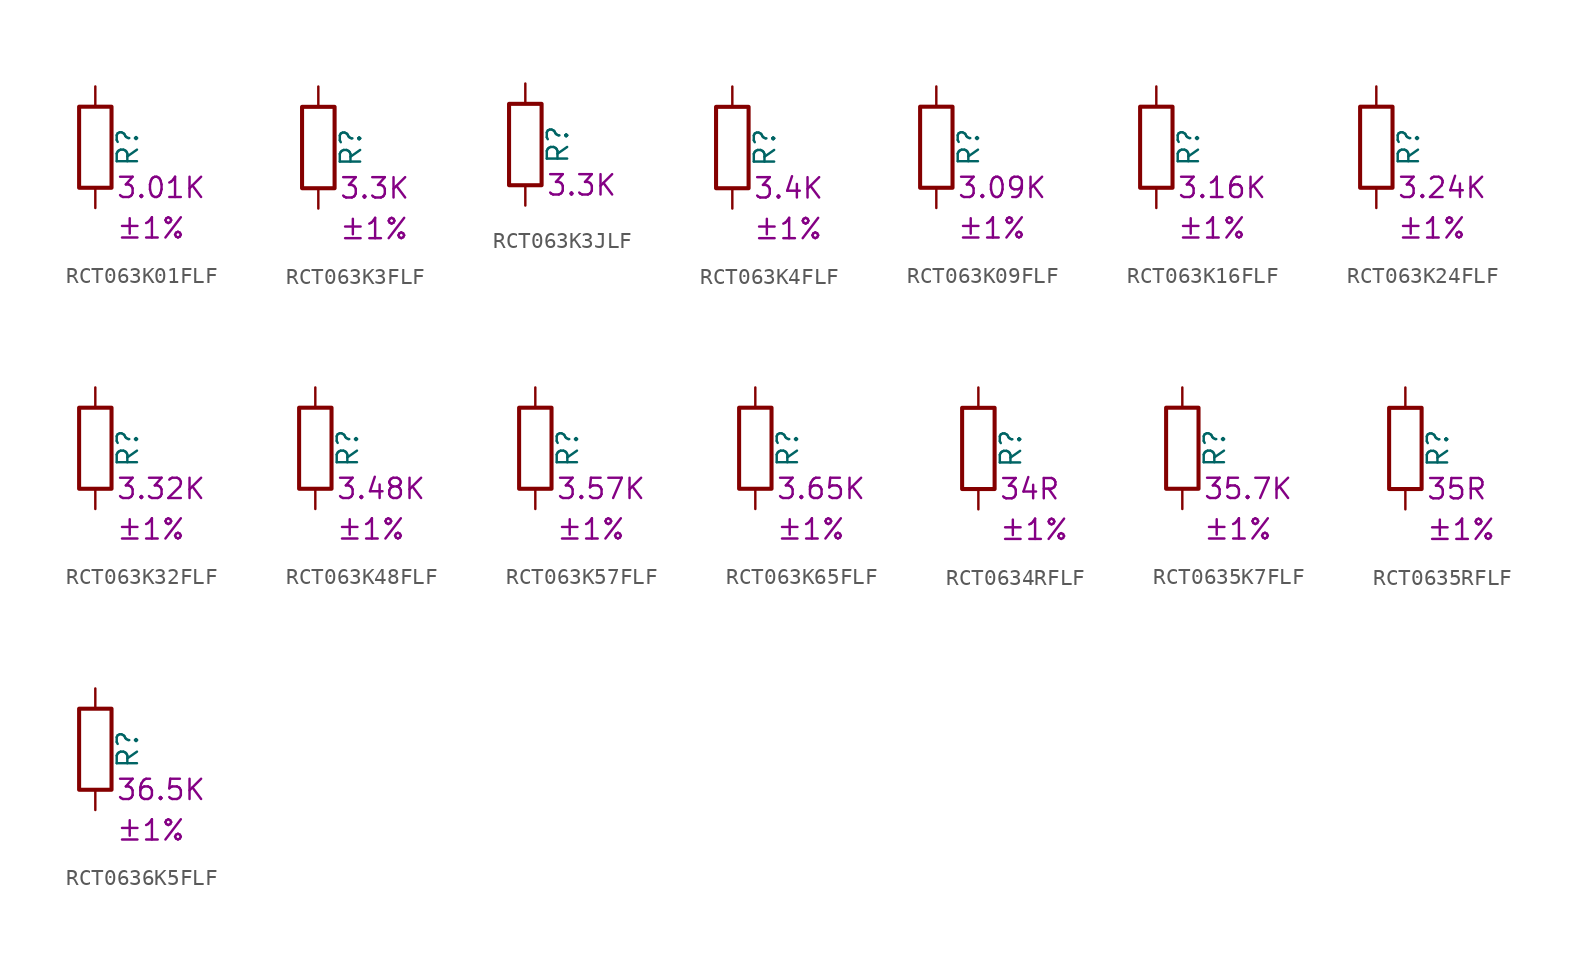
<source format=kicad_sym>
(kicad_symbol_lib
  (version 20220914)
  (generator kicad_symbol_editor)
  (symbol "RCT063K01FLF"
    (pin_numbers hide)
    (pin_names
      (offset 0))
    (property "Reference" "R"
      (at 2.032 0 90)
      (effects (font (size 1.27 1.27))))
    (property "Resistance" "3.01K"
      (at 1.27 -2.54 0)
      (effects (font (size 1.27 1.27)) (justify left)))
    (property "Tolerance" "±1%"
      (at 1.27 -5.08 0)
      (effects (font (size 1.27 1.27)) (justify left)))
    (symbol "RCT063K01FLF_0_1"
      (rectangle (start -1.016 -2.54) (end 1.016 2.54) (stroke (width 0.254) (type default)) (fill (type none))))
    (symbol "RCT063K01FLF_1_1"
      (pin passive line (at 0 3.81 270) (length 1.27) (name "~" (effects (font (size 1.27 1.27)))) (number "1" (effects (font (size 1.27 1.27)))))
      (pin passive line (at 0 -3.81 90) (length 1.27) (name "~" (effects (font (size 1.27 1.27)))) (number "2" (effects (font (size 1.27 1.27)))))))
  (symbol "RCT063K3FLF"
    (pin_numbers hide)
    (pin_names
      (offset 0))
    (property "Reference" "R"
      (at 2.032 0 90)
      (effects (font (size 1.27 1.27))))
    (property "Resistance" "3.3K"
      (at 1.27 -2.54 0)
      (effects (font (size 1.27 1.27)) (justify left)))
    (property "Tolerance" "±1%"
      (at 1.27 -5.08 0)
      (effects (font (size 1.27 1.27)) (justify left)))
    (symbol "RCT063K3FLF_0_1"
      (rectangle (start -1.016 -2.54) (end 1.016 2.54) (stroke (width 0.254) (type default)) (fill (type none))))
    (symbol "RCT063K3FLF_1_1"
      (pin passive line (at 0 3.81 270) (length 1.27) (name "~" (effects (font (size 1.27 1.27)))) (number "1" (effects (font (size 1.27 1.27)))))
      (pin passive line (at 0 -3.81 90) (length 1.27) (name "~" (effects (font (size 1.27 1.27)))) (number "2" (effects (font (size 1.27 1.27)))))))
  (symbol "RCT063K3JLF"
    (pin_numbers hide)
    (pin_names
      (offset 0))
    (property "Reference" "R"
      (at 2.032 0 90)
      (effects (font (size 1.27 1.27))))
    (property "Resistance" "3.3K"
      (at 1.27 -2.54 0)
      (effects (font (size 1.27 1.27)) (justify left)))
    (symbol "RCT063K3JLF_0_1"
      (rectangle (start -1.016 -2.54) (end 1.016 2.54) (stroke (width 0.254) (type default)) (fill (type none))))
    (symbol "RCT063K3JLF_1_1"
      (pin passive line (at 0 3.81 270) (length 1.27) (name "~" (effects (font (size 1.27 1.27)))) (number "1" (effects (font (size 1.27 1.27)))))
      (pin passive line (at 0 -3.81 90) (length 1.27) (name "~" (effects (font (size 1.27 1.27)))) (number "2" (effects (font (size 1.27 1.27)))))))
  (symbol "RCT063K4FLF"
    (pin_numbers hide)
    (pin_names
      (offset 0))
    (property "Reference" "R"
      (at 2.032 0 90)
      (effects (font (size 1.27 1.27))))
    (property "Resistance" "3.4K"
      (at 1.27 -2.54 0)
      (effects (font (size 1.27 1.27)) (justify left)))
    (property "Tolerance" "±1%"
      (at 1.27 -5.08 0)
      (effects (font (size 1.27 1.27)) (justify left)))
    (symbol "RCT063K4FLF_0_1"
      (rectangle (start -1.016 -2.54) (end 1.016 2.54) (stroke (width 0.254) (type default)) (fill (type none))))
    (symbol "RCT063K4FLF_1_1"
      (pin passive line (at 0 3.81 270) (length 1.27) (name "~" (effects (font (size 1.27 1.27)))) (number "1" (effects (font (size 1.27 1.27)))))
      (pin passive line (at 0 -3.81 90) (length 1.27) (name "~" (effects (font (size 1.27 1.27)))) (number "2" (effects (font (size 1.27 1.27)))))))
  (symbol "RCT063K09FLF"
    (pin_numbers hide)
    (pin_names
      (offset 0))
    (property "Reference" "R"
      (at 2.032 0 90)
      (effects (font (size 1.27 1.27))))
    (property "Resistance" "3.09K"
      (at 1.27 -2.54 0)
      (effects (font (size 1.27 1.27)) (justify left)))
    (property "Tolerance" "±1%"
      (at 1.27 -5.08 0)
      (effects (font (size 1.27 1.27)) (justify left)))
    (symbol "RCT063K09FLF_0_1"
      (rectangle (start -1.016 -2.54) (end 1.016 2.54) (stroke (width 0.254) (type default)) (fill (type none))))
    (symbol "RCT063K09FLF_1_1"
      (pin passive line (at 0 3.81 270) (length 1.27) (name "~" (effects (font (size 1.27 1.27)))) (number "1" (effects (font (size 1.27 1.27)))))
      (pin passive line (at 0 -3.81 90) (length 1.27) (name "~" (effects (font (size 1.27 1.27)))) (number "2" (effects (font (size 1.27 1.27)))))))
  (symbol "RCT063K16FLF"
    (pin_numbers hide)
    (pin_names
      (offset 0))
    (property "Reference" "R"
      (at 2.032 0 90)
      (effects (font (size 1.27 1.27))))
    (property "Resistance" "3.16K"
      (at 1.27 -2.54 0)
      (effects (font (size 1.27 1.27)) (justify left)))
    (property "Tolerance" "±1%"
      (at 1.27 -5.08 0)
      (effects (font (size 1.27 1.27)) (justify left)))
    (symbol "RCT063K16FLF_0_1"
      (rectangle (start -1.016 -2.54) (end 1.016 2.54) (stroke (width 0.254) (type default)) (fill (type none))))
    (symbol "RCT063K16FLF_1_1"
      (pin passive line (at 0 3.81 270) (length 1.27) (name "~" (effects (font (size 1.27 1.27)))) (number "1" (effects (font (size 1.27 1.27)))))
      (pin passive line (at 0 -3.81 90) (length 1.27) (name "~" (effects (font (size 1.27 1.27)))) (number "2" (effects (font (size 1.27 1.27)))))))
  (symbol "RCT063K24FLF"
    (pin_numbers hide)
    (pin_names
      (offset 0))
    (property "Reference" "R"
      (at 2.032 0 90)
      (effects (font (size 1.27 1.27))))
    (property "Resistance" "3.24K"
      (at 1.27 -2.54 0)
      (effects (font (size 1.27 1.27)) (justify left)))
    (property "Tolerance" "±1%"
      (at 1.27 -5.08 0)
      (effects (font (size 1.27 1.27)) (justify left)))
    (symbol "RCT063K24FLF_0_1"
      (rectangle (start -1.016 -2.54) (end 1.016 2.54) (stroke (width 0.254) (type default)) (fill (type none))))
    (symbol "RCT063K24FLF_1_1"
      (pin passive line (at 0 3.81 270) (length 1.27) (name "~" (effects (font (size 1.27 1.27)))) (number "1" (effects (font (size 1.27 1.27)))))
      (pin passive line (at 0 -3.81 90) (length 1.27) (name "~" (effects (font (size 1.27 1.27)))) (number "2" (effects (font (size 1.27 1.27)))))))
  (symbol "RCT063K32FLF"
    (pin_numbers hide)
    (pin_names
      (offset 0))
    (property "Reference" "R"
      (at 2.032 0 90)
      (effects (font (size 1.27 1.27))))
    (property "Resistance" "3.32K"
      (at 1.27 -2.54 0)
      (effects (font (size 1.27 1.27)) (justify left)))
    (property "Tolerance" "±1%"
      (at 1.27 -5.08 0)
      (effects (font (size 1.27 1.27)) (justify left)))
    (symbol "RCT063K32FLF_0_1"
      (rectangle (start -1.016 -2.54) (end 1.016 2.54) (stroke (width 0.254) (type default)) (fill (type none))))
    (symbol "RCT063K32FLF_1_1"
      (pin passive line (at 0 3.81 270) (length 1.27) (name "~" (effects (font (size 1.27 1.27)))) (number "1" (effects (font (size 1.27 1.27)))))
      (pin passive line (at 0 -3.81 90) (length 1.27) (name "~" (effects (font (size 1.27 1.27)))) (number "2" (effects (font (size 1.27 1.27)))))))
  (symbol "RCT063K48FLF"
    (pin_numbers hide)
    (pin_names
      (offset 0))
    (property "Reference" "R"
      (at 2.032 0 90)
      (effects (font (size 1.27 1.27))))
    (property "Resistance" "3.48K"
      (at 1.27 -2.54 0)
      (effects (font (size 1.27 1.27)) (justify left)))
    (property "Tolerance" "±1%"
      (at 1.27 -5.08 0)
      (effects (font (size 1.27 1.27)) (justify left)))
    (symbol "RCT063K48FLF_0_1"
      (rectangle (start -1.016 -2.54) (end 1.016 2.54) (stroke (width 0.254) (type default)) (fill (type none))))
    (symbol "RCT063K48FLF_1_1"
      (pin passive line (at 0 3.81 270) (length 1.27) (name "~" (effects (font (size 1.27 1.27)))) (number "1" (effects (font (size 1.27 1.27)))))
      (pin passive line (at 0 -3.81 90) (length 1.27) (name "~" (effects (font (size 1.27 1.27)))) (number "2" (effects (font (size 1.27 1.27)))))))
  (symbol "RCT063K57FLF"
    (pin_numbers hide)
    (pin_names
      (offset 0))
    (property "Reference" "R"
      (at 2.032 0 90)
      (effects (font (size 1.27 1.27))))
    (property "Resistance" "3.57K"
      (at 1.27 -2.54 0)
      (effects (font (size 1.27 1.27)) (justify left)))
    (property "Tolerance" "±1%"
      (at 1.27 -5.08 0)
      (effects (font (size 1.27 1.27)) (justify left)))
    (symbol "RCT063K57FLF_0_1"
      (rectangle (start -1.016 -2.54) (end 1.016 2.54) (stroke (width 0.254) (type default)) (fill (type none))))
    (symbol "RCT063K57FLF_1_1"
      (pin passive line (at 0 3.81 270) (length 1.27) (name "~" (effects (font (size 1.27 1.27)))) (number "1" (effects (font (size 1.27 1.27)))))
      (pin passive line (at 0 -3.81 90) (length 1.27) (name "~" (effects (font (size 1.27 1.27)))) (number "2" (effects (font (size 1.27 1.27)))))))
  (symbol "RCT063K65FLF"
    (pin_numbers hide)
    (pin_names
      (offset 0))
    (property "Reference" "R"
      (at 2.032 0 90)
      (effects (font (size 1.27 1.27))))
    (property "Resistance" "3.65K"
      (at 1.27 -2.54 0)
      (effects (font (size 1.27 1.27)) (justify left)))
    (property "Tolerance" "±1%"
      (at 1.27 -5.08 0)
      (effects (font (size 1.27 1.27)) (justify left)))
    (symbol "RCT063K65FLF_0_1"
      (rectangle (start -1.016 -2.54) (end 1.016 2.54) (stroke (width 0.254) (type default)) (fill (type none))))
    (symbol "RCT063K65FLF_1_1"
      (pin passive line (at 0 3.81 270) (length 1.27) (name "~" (effects (font (size 1.27 1.27)))) (number "1" (effects (font (size 1.27 1.27)))))
      (pin passive line (at 0 -3.81 90) (length 1.27) (name "~" (effects (font (size 1.27 1.27)))) (number "2" (effects (font (size 1.27 1.27)))))))
  (symbol "RCT0634RFLF"
    (pin_numbers hide)
    (pin_names
      (offset 0))
    (property "Reference" "R"
      (at 2.032 0 90)
      (effects (font (size 1.27 1.27))))
    (property "Resistance" "34R"
      (at 1.27 -2.54 0)
      (effects (font (size 1.27 1.27)) (justify left)))
    (property "Tolerance" "±1%"
      (at 1.27 -5.08 0)
      (effects (font (size 1.27 1.27)) (justify left)))
    (symbol "RCT0634RFLF_0_1"
      (rectangle (start -1.016 -2.54) (end 1.016 2.54) (stroke (width 0.254) (type default)) (fill (type none))))
    (symbol "RCT0634RFLF_1_1"
      (pin passive line (at 0 3.81 270) (length 1.27) (name "~" (effects (font (size 1.27 1.27)))) (number "1" (effects (font (size 1.27 1.27)))))
      (pin passive line (at 0 -3.81 90) (length 1.27) (name "~" (effects (font (size 1.27 1.27)))) (number "2" (effects (font (size 1.27 1.27)))))))
  (symbol "RCT0635K7FLF"
    (pin_numbers hide)
    (pin_names
      (offset 0))
    (property "Reference" "R"
      (at 2.032 0 90)
      (effects (font (size 1.27 1.27))))
    (property "Resistance" "35.7K"
      (at 1.27 -2.54 0)
      (effects (font (size 1.27 1.27)) (justify left)))
    (property "Tolerance" "±1%"
      (at 1.27 -5.08 0)
      (effects (font (size 1.27 1.27)) (justify left)))
    (symbol "RCT0635K7FLF_0_1"
      (rectangle (start -1.016 -2.54) (end 1.016 2.54) (stroke (width 0.254) (type default)) (fill (type none))))
    (symbol "RCT0635K7FLF_1_1"
      (pin passive line (at 0 3.81 270) (length 1.27) (name "~" (effects (font (size 1.27 1.27)))) (number "1" (effects (font (size 1.27 1.27)))))
      (pin passive line (at 0 -3.81 90) (length 1.27) (name "~" (effects (font (size 1.27 1.27)))) (number "2" (effects (font (size 1.27 1.27)))))))
  (symbol "RCT0635RFLF"
    (pin_numbers hide)
    (pin_names
      (offset 0))
    (property "Reference" "R"
      (at 2.032 0 90)
      (effects (font (size 1.27 1.27))))
    (property "Resistance" "35R"
      (at 1.27 -2.54 0)
      (effects (font (size 1.27 1.27)) (justify left)))
    (property "Tolerance" "±1%"
      (at 1.27 -5.08 0)
      (effects (font (size 1.27 1.27)) (justify left)))
    (symbol "RCT0635RFLF_0_1"
      (rectangle (start -1.016 -2.54) (end 1.016 2.54) (stroke (width 0.254) (type default)) (fill (type none))))
    (symbol "RCT0635RFLF_1_1"
      (pin passive line (at 0 3.81 270) (length 1.27) (name "~" (effects (font (size 1.27 1.27)))) (number "1" (effects (font (size 1.27 1.27)))))
      (pin passive line (at 0 -3.81 90) (length 1.27) (name "~" (effects (font (size 1.27 1.27)))) (number "2" (effects (font (size 1.27 1.27)))))))
  (symbol "RCT0636K5FLF"
    (pin_numbers hide)
    (pin_names
      (offset 0))
    (property "Reference" "R"
      (at 2.032 0 90)
      (effects (font (size 1.27 1.27))))
    (property "Resistance" "36.5K"
      (at 1.27 -2.54 0)
      (effects (font (size 1.27 1.27)) (justify left)))
    (property "Tolerance" "±1%"
      (at 1.27 -5.08 0)
      (effects (font (size 1.27 1.27)) (justify left)))
    (symbol "RCT0636K5FLF_0_1"
      (rectangle (start -1.016 -2.54) (end 1.016 2.54) (stroke (width 0.254) (type default)) (fill (type none))))
    (symbol "RCT0636K5FLF_1_1"
      (pin passive line (at 0 3.81 270) (length 1.27) (name "~" (effects (font (size 1.27 1.27)))) (number "1" (effects (font (size 1.27 1.27)))))
      (pin passive line (at 0 -3.81 90) (length 1.27) (name "~" (effects (font (size 1.27 1.27)))) (number "2" (effects (font (size 1.27 1.27))))))))
</source>
